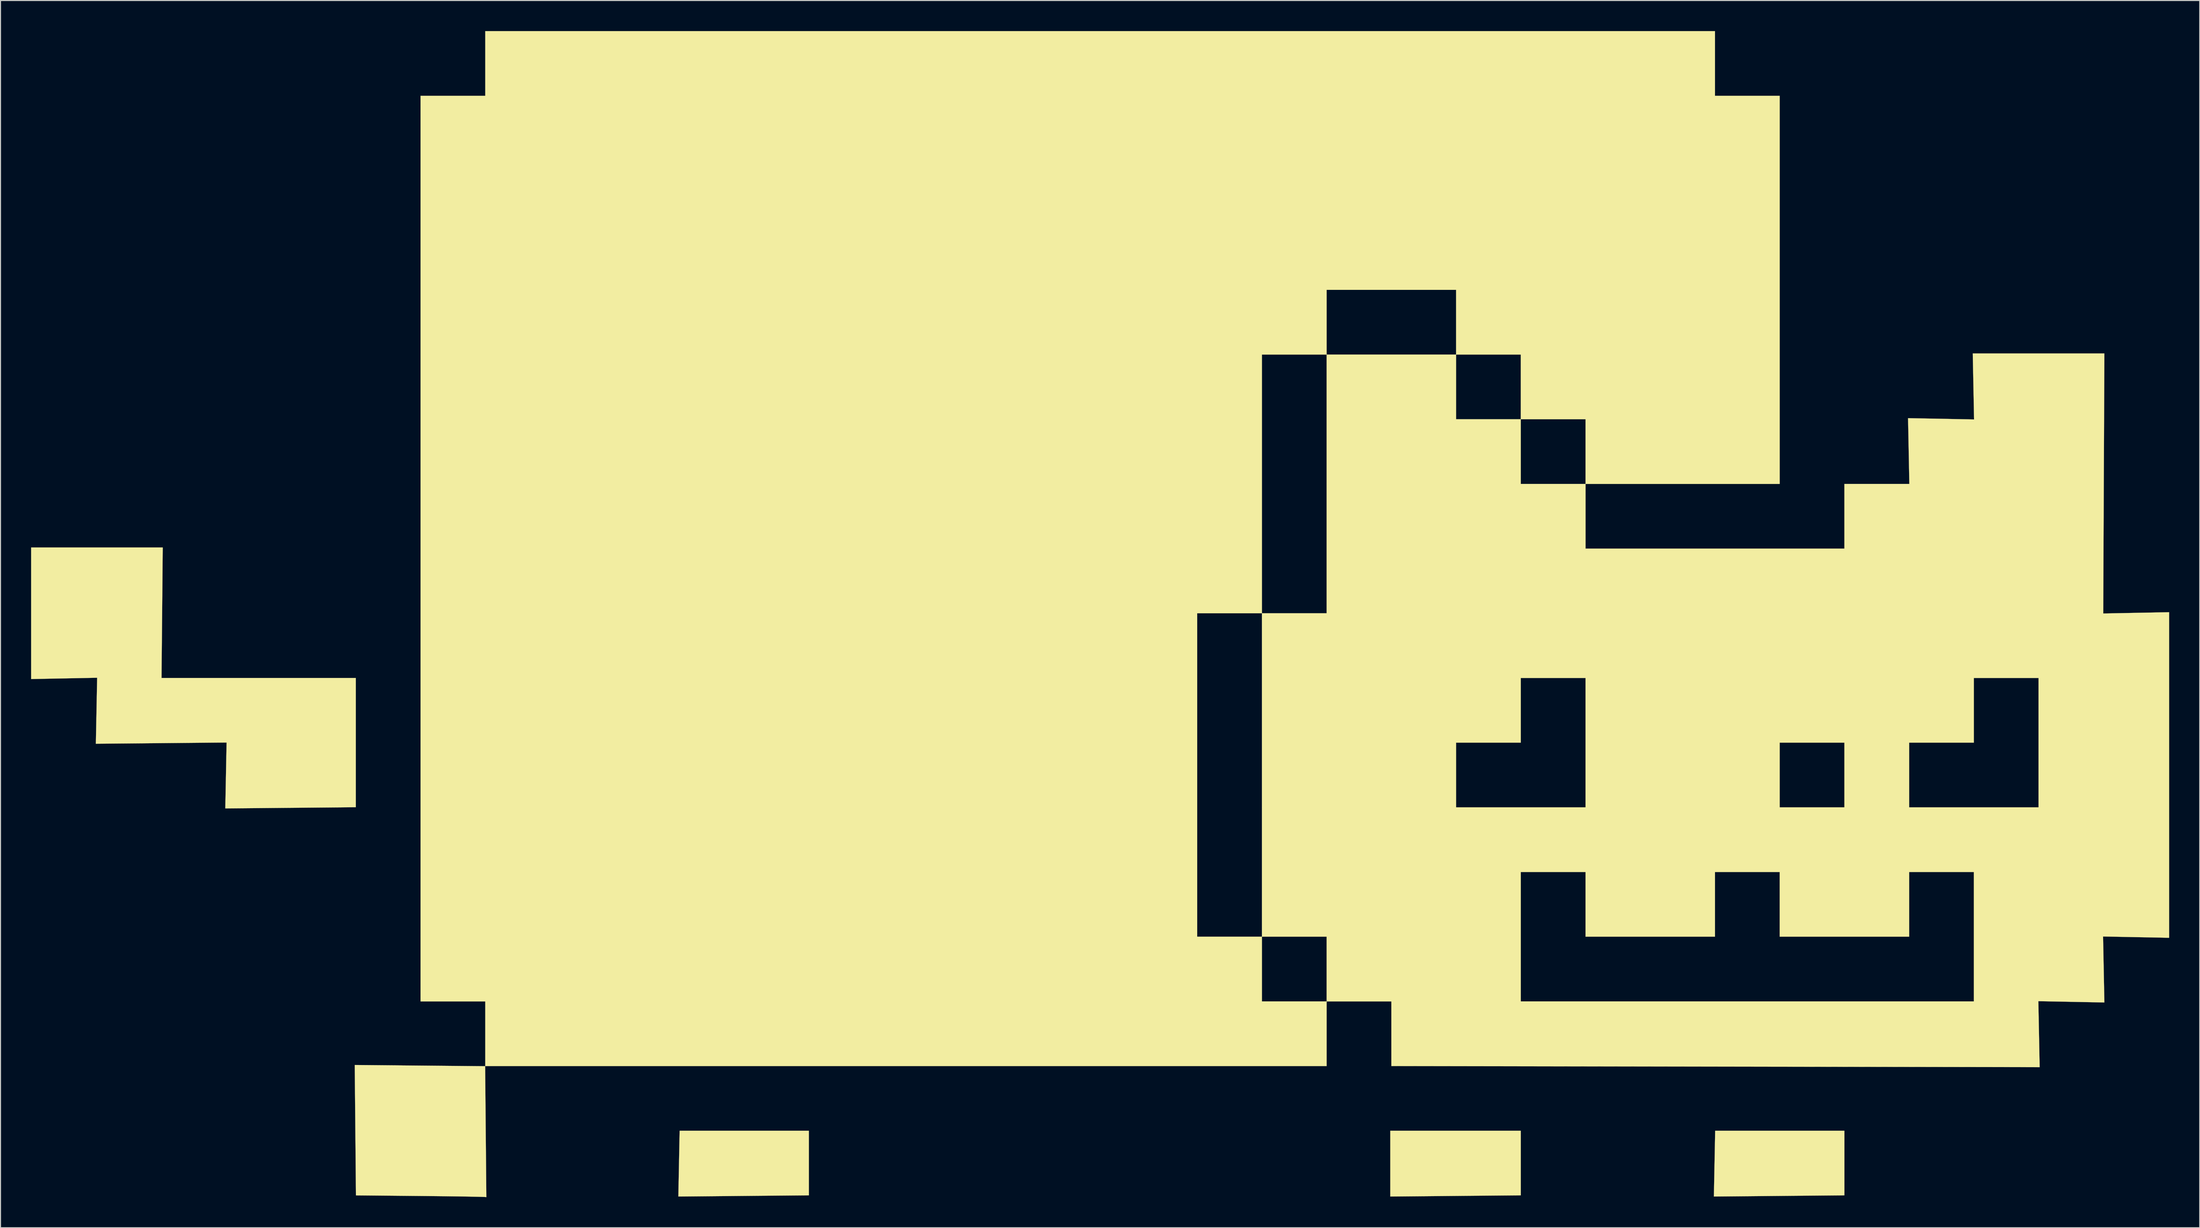
<source format=kicad_pcb>
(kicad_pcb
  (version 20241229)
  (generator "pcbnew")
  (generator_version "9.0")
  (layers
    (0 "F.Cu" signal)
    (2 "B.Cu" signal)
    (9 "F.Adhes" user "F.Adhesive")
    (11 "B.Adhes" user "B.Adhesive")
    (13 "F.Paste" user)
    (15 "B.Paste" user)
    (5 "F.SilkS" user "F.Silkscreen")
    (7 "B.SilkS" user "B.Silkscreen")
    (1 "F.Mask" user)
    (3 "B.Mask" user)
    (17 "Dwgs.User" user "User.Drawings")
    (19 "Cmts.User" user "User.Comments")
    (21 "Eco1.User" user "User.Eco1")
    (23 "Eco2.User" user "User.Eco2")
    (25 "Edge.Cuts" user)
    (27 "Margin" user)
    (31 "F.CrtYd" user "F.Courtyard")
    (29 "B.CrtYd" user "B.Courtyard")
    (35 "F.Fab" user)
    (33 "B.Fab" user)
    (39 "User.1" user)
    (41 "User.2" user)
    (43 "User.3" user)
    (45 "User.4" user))
  (footprint "nyan_cat_silks"
    (layer "F.Cu")
    (at 104.674 56.943)
    (property "Reference" "nyan_cat_silks" (at 0 0 0) (layer "F.SilkS") (effects (font (size 1.524 1.524) (thickness 0.3))))
    (attr through_hole)
    (fp_poly (pts (xy -60.113 44.674) (xy -60.125 44.674) (xy -60.125 44.662) (xy -60.125 44.674)) (stroke (width 0.01) (type solid)) (fill yes) (layer "F.SilkS"))
    (fp_poly (pts (xy -28.363 57.35) (xy -34.766 57.409) (xy -41.169 57.468) (xy -41.043 51.012) (xy -28.363 51.012) (xy -28.363 57.35)) (stroke (width 0.01) (type solid)) (fill yes) (layer "F.SilkS"))
    (fp_poly (pts (xy 41.487 57.35) (xy 35.084 57.409) (xy 28.681 57.468) (xy 28.681 51.012) (xy 41.487 51.012) (xy 41.487 57.35)) (stroke (width 0.01) (type solid)) (fill yes) (layer "F.SilkS"))
    (fp_poly (pts (xy 73.237 57.35) (xy 66.834 57.409) (xy 60.431 57.468) (xy 60.557 51.012) (xy 73.237 51.012) (xy 73.237 57.35)) (stroke (width 0.01) (type solid)) (fill yes) (layer "F.SilkS"))
    (fp_poly (pts (xy -91.816 0.159) (xy -91.875 6.562) (xy -72.813 6.562) (xy -72.813 19.25) (xy -79.216 19.309) (xy -85.619 19.367) (xy -85.556 16.134) (xy -85.493 12.9) (xy -91.906 12.959) (xy -98.319 13.018) (xy -98.256 9.779) (xy -98.192 6.541) (xy -101.431 6.604) (xy -104.669 6.668) (xy -104.669 -6.244) (xy -91.757 -6.244) (xy -91.816 0.159)) (stroke (width 0.01) (type solid)) (fill yes) (layer "F.SilkS"))
    (fp_poly (pts (xy -66.516 44.615) (xy -60.125 44.674) (xy -60.066 51.118) (xy -60.052 52.719) (xy -60.038 54.173) (xy -60.027 55.428) (xy -60.018 56.433) (xy -60.011 57.138) (xy -60.008 57.492) (xy -60.008 57.524) (xy -60.211 57.509) (xy -60.785 57.493) (xy -61.68 57.475) (xy -62.844 57.456) (xy -64.225 57.438) (xy -65.772 57.421) (xy -66.404 57.415) (xy -72.801 57.355) (xy -72.919 44.556) (xy -66.516 44.615)) (stroke (width 0.01) (type solid)) (fill yes) (layer "F.SilkS"))
    (fp_poly (pts (xy 60.537 -50.588) (xy 66.887 -50.588) (xy 66.887 -12.488) (xy 47.837 -12.488) (xy 47.837 -6.138) (xy 73.237 -6.138) (xy 73.237 -12.488) (xy 79.607 -12.488) (xy 79.544 -15.716) (xy 79.481 -18.944) (xy 85.958 -18.817) (xy 85.831 -25.294) (xy 98.743 -25.294) (xy 98.686 -12.531) (xy 98.63 0.232) (xy 101.861 0.169) (xy 105.093 0.106) (xy 105.093 32.068) (xy 101.854 32.004) (xy 98.616 31.941) (xy 98.679 35.179) (xy 98.743 38.417) (xy 95.504 38.354) (xy 92.266 38.291) (xy 92.329 41.529) (xy 92.392 44.767) (xy 60.59 44.713) (xy 28.787 44.659) (xy 28.787 38.312) (xy 22.437 38.312) (xy 22.437 44.662) (xy -60.113 44.662) (xy -60.113 38.312) (xy -66.463 38.312) (xy -66.463 0.212) (xy 9.737 0.212) (xy 9.737 31.962) (xy 16.087 31.962) (xy 16.087 38.312) (xy 22.437 38.312) (xy 22.437 31.962) (xy 16.087 31.962) (xy 16.087 25.612) (xy 41.487 25.612) (xy 41.487 38.312) (xy 85.937 38.312) (xy 85.937 25.612) (xy 79.587 25.612) (xy 79.587 31.962) (xy 66.887 31.962) (xy 66.887 25.612) (xy 60.537 25.612) (xy 60.537 31.962) (xy 47.837 31.962) (xy 47.837 25.612) (xy 41.487 25.612) (xy 16.087 25.612) (xy 16.087 12.912) (xy 35.137 12.912) (xy 35.137 19.262) (xy 47.837 19.262) (xy 47.837 12.912) (xy 66.887 12.912) (xy 66.887 19.262) (xy 73.237 19.262) (xy 73.237 12.912) (xy 79.587 12.912) (xy 79.587 19.262) (xy 92.287 19.262) (xy 92.287 6.562) (xy 85.937 6.562) (xy 85.937 12.912) (xy 79.587 12.912) (xy 73.237 12.912) (xy 66.887 12.912) (xy 47.837 12.912) (xy 47.837 6.562) (xy 41.487 6.562) (xy 41.487 12.912) (xy 35.137 12.912) (xy 16.087 12.912) (xy 16.087 0.212) (xy 9.737 0.212) (xy -66.463 0.212) (xy -66.463 -25.188) (xy 16.087 -25.188) (xy 16.087 0.212) (xy 22.437 0.212) (xy 22.437 -25.188) (xy 16.087 -25.188) (xy -66.463 -25.188) (xy -66.463 -31.538) (xy 22.437 -31.538) (xy 22.437 -25.188) (xy 35.137 -25.188) (xy 35.137 -18.838) (xy 41.487 -18.838) (xy 41.487 -12.488) (xy 47.837 -12.488) (xy 47.837 -18.838) (xy 41.487 -18.838) (xy 41.487 -25.188) (xy 35.137 -25.188) (xy 35.137 -31.538) (xy 22.437 -31.538) (xy -66.463 -31.538) (xy -66.463 -50.588) (xy -60.113 -50.588) (xy -60.113 -56.938) (xy 60.537 -56.938) (xy 60.537 -50.588)) (stroke (width 0.01) (type solid)) (fill yes) (layer "F.SilkS")))
  (gr_rect
    (start -3 -3)
    (end 212.772 117.472)
    (stroke (width 0.1) (type default))
    (fill no)
    (layer "Edge.Cuts")))
</source>
